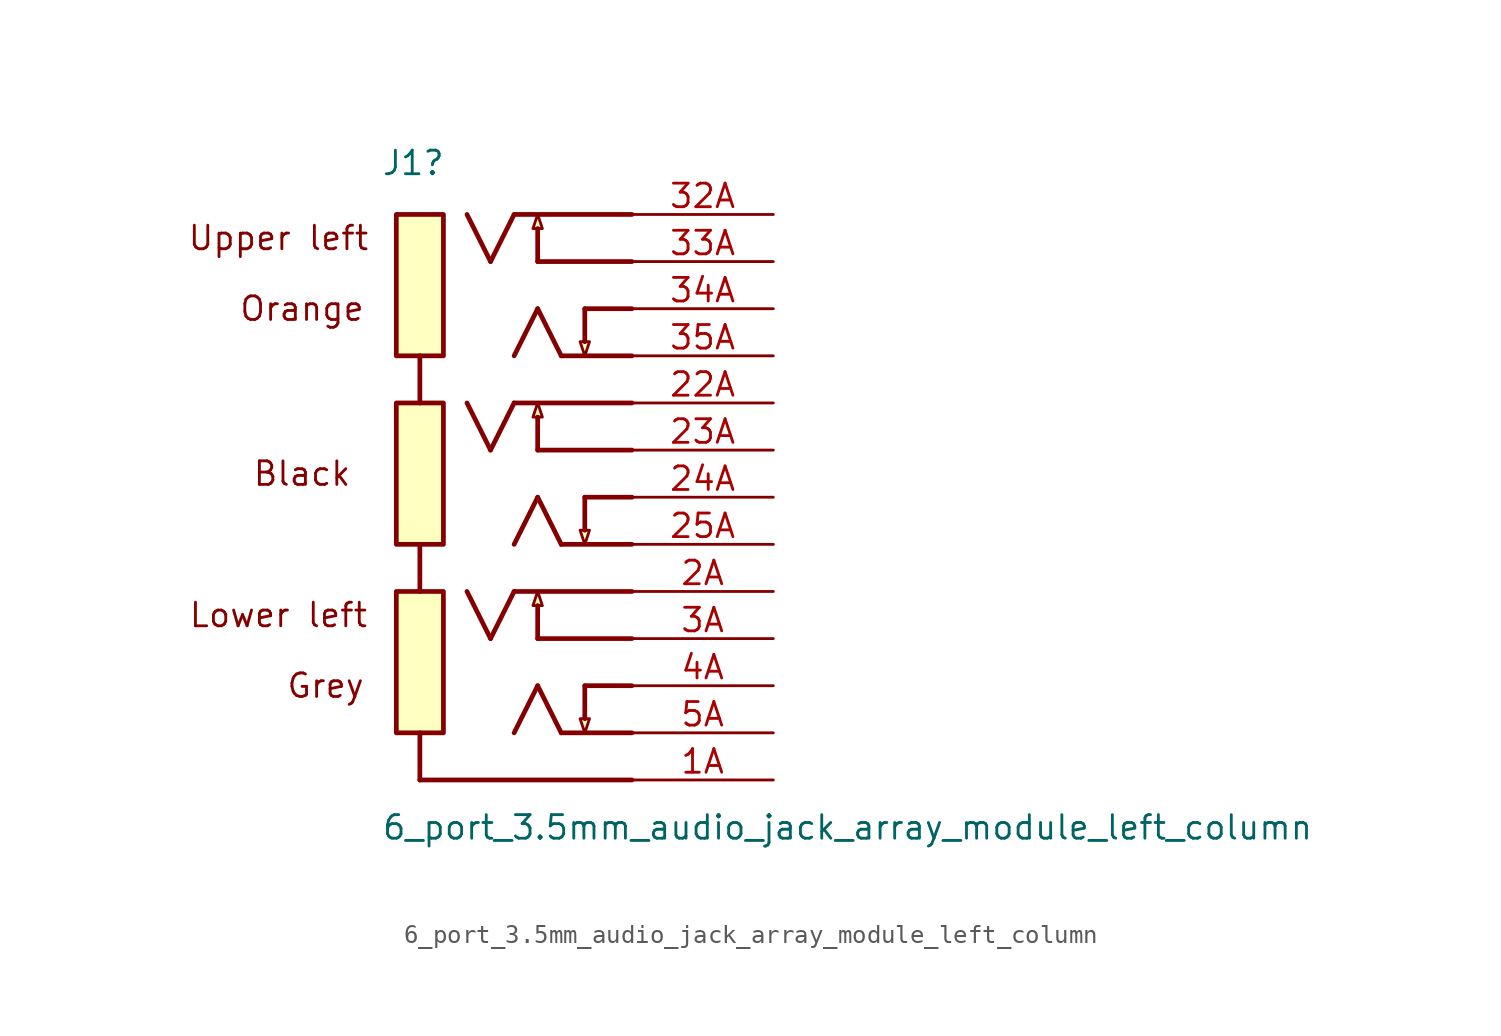
<source format=kicad_sym>
(kicad_symbol_lib
  (version 20211014)
  (generator kicad_symbol_editor)
  (symbol "6_port_3.5mm_audio_jack_array_module_left_column"
    (property "Reference" "J1"
      (at -21.135 2.032 0)
      (effects (font (size 1.27 1.27)) (justify left bottom)))
    (property "Value" "6_port_3.5mm_audio_jack_array_module_left_column"
      (at -21.135 -33.782 0)
      (effects (font (size 1.27 1.27)) (justify left bottom)))
    (symbol "6_port_3.5mm_audio_jack_array_module_left_column_1_0"
      (rectangle (start -17.78 -20.32) (end -20.32 -27.94) (stroke (width 0.254) (type default) (color 0 0 0 0)) (fill (type background)))
      (rectangle (start -17.78 -10.16) (end -20.32 -17.78) (stroke (width 0.254) (type default) (color 0 0 0 0)) (fill (type background)))
      (rectangle (start -17.78 0) (end -20.32 -7.62) (stroke (width 0.254) (type default) (color 0 0 0 0)) (fill (type background)))
      (polyline (pts (xy -19.05 -27.94) (xy -19.05 -30.48)) (stroke (width 0.254) (type default) (color 0 0 0 0)) (fill (type none)))
      (polyline (pts (xy -19.05 -20.32) (xy -19.05 -17.78)) (stroke (width 0.254) (type default) (color 0 0 0 0)) (fill (type none)))
      (polyline (pts (xy -19.05 -7.62) (xy -19.05 -10.16)) (stroke (width 0.254) (type default) (color 0 0 0 0)) (fill (type none)))
      (polyline (pts (xy -15.24 -22.86) (xy -16.51 -20.32)) (stroke (width 0.254) (type default) (color 0 0 0 0)) (fill (type none)))
      (polyline (pts (xy -15.24 -12.7) (xy -16.51 -10.16)) (stroke (width 0.254) (type default) (color 0 0 0 0)) (fill (type none)))
      (polyline (pts (xy -15.24 -2.54) (xy -16.51 0)) (stroke (width 0.254) (type default) (color 0 0 0 0)) (fill (type none)))
      (polyline (pts (xy -13.97 -20.32) (xy -15.24 -22.86)) (stroke (width 0.254) (type default) (color 0 0 0 0)) (fill (type none)))
      (polyline (pts (xy -13.97 -10.16) (xy -15.24 -12.7)) (stroke (width 0.254) (type default) (color 0 0 0 0)) (fill (type none)))
      (polyline (pts (xy -13.97 0) (xy -15.24 -2.54)) (stroke (width 0.254) (type default) (color 0 0 0 0)) (fill (type none)))
      (polyline (pts (xy -12.7 -25.4) (xy -13.97 -27.94)) (stroke (width 0.254) (type default) (color 0 0 0 0)) (fill (type none)))
      (polyline (pts (xy -12.7 -22.86) (xy -12.7 -21.082)) (stroke (width 0.254) (type default) (color 0 0 0 0)) (fill (type none)))
      (polyline (pts (xy -12.7 -15.24) (xy -13.97 -17.78)) (stroke (width 0.254) (type default) (color 0 0 0 0)) (fill (type none)))
      (polyline (pts (xy -12.7 -12.7) (xy -12.7 -10.922)) (stroke (width 0.254) (type default) (color 0 0 0 0)) (fill (type none)))
      (polyline (pts (xy -12.7 -5.08) (xy -13.97 -7.62)) (stroke (width 0.254) (type default) (color 0 0 0 0)) (fill (type none)))
      (polyline (pts (xy -12.7 -2.54) (xy -12.7 -0.762)) (stroke (width 0.254) (type default) (color 0 0 0 0)) (fill (type none)))
      (polyline (pts (xy -11.43 -27.94) (xy -12.7 -25.4)) (stroke (width 0.254) (type default) (color 0 0 0 0)) (fill (type none)))
      (polyline (pts (xy -11.43 -17.78) (xy -12.7 -15.24)) (stroke (width 0.254) (type default) (color 0 0 0 0)) (fill (type none)))
      (polyline (pts (xy -11.43 -7.62) (xy -12.7 -5.08)) (stroke (width 0.254) (type default) (color 0 0 0 0)) (fill (type none)))
      (polyline (pts (xy -10.16 -25.4) (xy -10.16 -27.178)) (stroke (width 0.254) (type default) (color 0 0 0 0)) (fill (type none)))
      (polyline (pts (xy -10.16 -15.24) (xy -10.16 -17.018)) (stroke (width 0.254) (type default) (color 0 0 0 0)) (fill (type none)))
      (polyline (pts (xy -10.16 -5.08) (xy -10.16 -6.858)) (stroke (width 0.254) (type default) (color 0 0 0 0)) (fill (type none)))
      (polyline (pts (xy -7.62 -30.48) (xy -19.05 -30.48)) (stroke (width 0.254) (type default) (color 0 0 0 0)) (fill (type none)))
      (polyline (pts (xy -7.62 -27.94) (xy -11.43 -27.94)) (stroke (width 0.254) (type default) (color 0 0 0 0)) (fill (type none)))
      (polyline (pts (xy -7.62 -25.4) (xy -10.16 -25.4)) (stroke (width 0.254) (type default) (color 0 0 0 0)) (fill (type none)))
      (polyline (pts (xy -7.62 -22.86) (xy -12.7 -22.86)) (stroke (width 0.254) (type default) (color 0 0 0 0)) (fill (type none)))
      (polyline (pts (xy -7.62 -20.32) (xy -13.97 -20.32)) (stroke (width 0.254) (type default) (color 0 0 0 0)) (fill (type none)))
      (polyline (pts (xy -7.62 -17.78) (xy -11.43 -17.78)) (stroke (width 0.254) (type default) (color 0 0 0 0)) (fill (type none)))
      (polyline (pts (xy -7.62 -15.24) (xy -10.16 -15.24)) (stroke (width 0.254) (type default) (color 0 0 0 0)) (fill (type none)))
      (polyline (pts (xy -7.62 -12.7) (xy -12.7 -12.7)) (stroke (width 0.254) (type default) (color 0 0 0 0)) (fill (type none)))
      (polyline (pts (xy -7.62 -10.16) (xy -13.97 -10.16)) (stroke (width 0.254) (type default) (color 0 0 0 0)) (fill (type none)))
      (polyline (pts (xy -7.62 -7.62) (xy -11.43 -7.62)) (stroke (width 0.254) (type default) (color 0 0 0 0)) (fill (type none)))
      (polyline (pts (xy -7.62 -5.08) (xy -10.16 -5.08)) (stroke (width 0.254) (type default) (color 0 0 0 0)) (fill (type none)))
      (polyline (pts (xy -7.62 -2.54) (xy -12.7 -2.54)) (stroke (width 0.254) (type default) (color 0 0 0 0)) (fill (type none)))
      (polyline (pts (xy -7.62 0) (xy -13.97 0)) (stroke (width 0.254) (type default) (color 0 0 0 0)) (fill (type none)))
      (polyline (pts (xy -12.7 -20.32) (xy -12.446 -21.082) (xy -12.954 -21.082) (xy -12.7 -20.32)) (stroke (width 0) (type default) (color 0 0 0 0)) (fill (type background)))
      (polyline (pts (xy -12.7 -10.16) (xy -12.446 -10.922) (xy -12.954 -10.922) (xy -12.7 -10.16)) (stroke (width 0) (type default) (color 0 0 0 0)) (fill (type background)))
      (polyline (pts (xy -12.7 0) (xy -12.446 -0.762) (xy -12.954 -0.762) (xy -12.7 0)) (stroke (width 0) (type default) (color 0 0 0 0)) (fill (type background)))
      (polyline (pts (xy -10.16 -27.94) (xy -10.414 -27.178) (xy -9.906 -27.178) (xy -10.16 -27.94)) (stroke (width 0) (type default) (color 0 0 0 0)) (fill (type background)))
      (polyline (pts (xy -10.16 -17.78) (xy -10.414 -17.018) (xy -9.906 -17.018) (xy -10.16 -17.78)) (stroke (width 0) (type default) (color 0 0 0 0)) (fill (type background)))
      (polyline (pts (xy -10.16 -7.62) (xy -10.414 -6.858) (xy -9.906 -6.858) (xy -10.16 -7.62)) (stroke (width 0) (type default) (color 0 0 0 0)) (fill (type background)))
      (text "Black" (at -25.4 -13.97 0) (effects (font (size 1.27 1.27))))
      (text "Grey" (at -24.13 -25.4 0) (effects (font (size 1.27 1.27))))
      (text "Lower left" (at -26.67 -21.59 0) (effects (font (size 1.27 1.27))))
      (text "Orange" (at -25.4 -5.08 0) (effects (font (size 1.27 1.27))))
      (text "Upper left" (at -26.67 -1.27 0) (effects (font (size 1.27 1.27))))
      (pin passive line (at 0 -30.48 180) (length 7.62) (name "1A" (effects (font (size 0 0)))) (number "1A" (effects (font (size 1.27 1.27)))))
      (pin passive line (at 0 -10.16 180) (length 7.62) (name "22A" (effects (font (size 0 0)))) (number "22A" (effects (font (size 1.27 1.27)))))
      (pin passive line (at 0 -12.7 180) (length 7.62) (name "23A" (effects (font (size 0 0)))) (number "23A" (effects (font (size 1.27 1.27)))))
      (pin passive line (at 0 -15.24 180) (length 7.62) (name "24A" (effects (font (size 0 0)))) (number "24A" (effects (font (size 1.27 1.27)))))
      (pin passive line (at 0 -17.78 180) (length 7.62) (name "25A" (effects (font (size 0 0)))) (number "25A" (effects (font (size 1.27 1.27)))))
      (pin passive line (at 0 -20.32 180) (length 7.62) (name "2A" (effects (font (size 0 0)))) (number "2A" (effects (font (size 1.27 1.27)))))
      (pin passive line (at 0 0 180) (length 7.62) (name "32A" (effects (font (size 0 0)))) (number "32A" (effects (font (size 1.27 1.27)))))
      (pin passive line (at 0 -2.54 180) (length 7.62) (name "33A" (effects (font (size 0 0)))) (number "33A" (effects (font (size 1.27 1.27)))))
      (pin passive line (at 0 -5.08 180) (length 7.62) (name "34A" (effects (font (size 0 0)))) (number "34A" (effects (font (size 1.27 1.27)))))
      (pin passive line (at 0 -7.62 180) (length 7.62) (name "35A" (effects (font (size 0 0)))) (number "35A" (effects (font (size 1.27 1.27)))))
      (pin passive line (at 0 -22.86 180) (length 7.62) (name "3A" (effects (font (size 0 0)))) (number "3A" (effects (font (size 1.27 1.27)))))
      (pin passive line (at 0 -25.4 180) (length 7.62) (name "4A" (effects (font (size 0 0)))) (number "4A" (effects (font (size 1.27 1.27)))))
      (pin passive line (at 0 -27.94 180) (length 7.62) (name "5A" (effects (font (size 0 0)))) (number "5A" (effects (font (size 1.27 1.27))))))))
</source>
